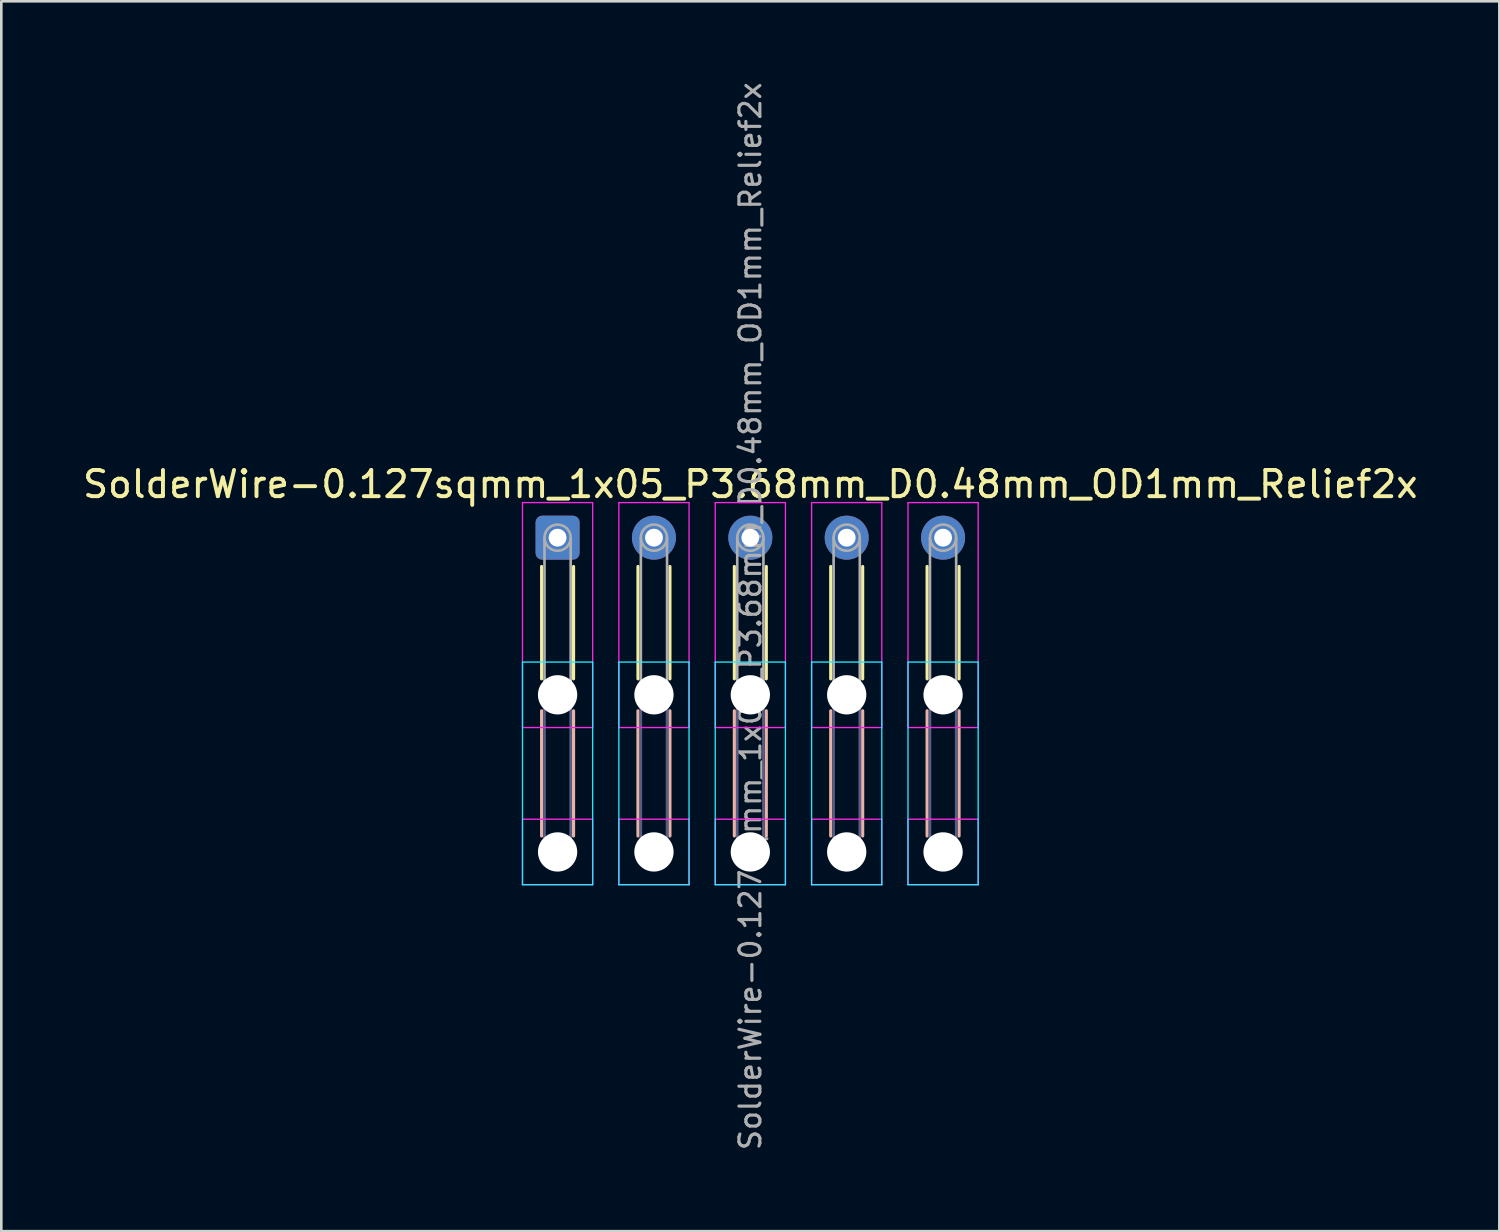
<source format=kicad_pcb>
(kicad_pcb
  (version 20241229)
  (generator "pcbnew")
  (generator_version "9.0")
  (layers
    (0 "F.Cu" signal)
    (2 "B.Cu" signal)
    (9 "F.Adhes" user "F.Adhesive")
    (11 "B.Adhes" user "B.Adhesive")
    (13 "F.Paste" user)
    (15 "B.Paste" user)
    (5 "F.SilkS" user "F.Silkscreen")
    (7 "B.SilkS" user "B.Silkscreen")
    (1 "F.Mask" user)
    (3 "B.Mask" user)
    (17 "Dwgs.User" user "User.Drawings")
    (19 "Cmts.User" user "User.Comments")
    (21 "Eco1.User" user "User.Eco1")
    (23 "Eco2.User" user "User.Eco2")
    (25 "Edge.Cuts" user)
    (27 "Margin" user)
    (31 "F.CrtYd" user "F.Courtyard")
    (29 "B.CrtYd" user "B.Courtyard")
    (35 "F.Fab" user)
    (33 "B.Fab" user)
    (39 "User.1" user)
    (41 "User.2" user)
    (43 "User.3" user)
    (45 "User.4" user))
  (footprint "SolderWire-0.127sqmm_1x05_P3.68mm_D0.48mm_OD1mm_Relief2x"
    (layer "F.Cu")
    (at 18.241 17.481)
    (property "Reference" "SolderWire-0.127sqmm_1x05_P3.68mm_D0.48mm_OD1mm_Relief2x" (at 7.36 -2.04 0) (layer "F.SilkS") (effects (font (size 1 1) (thickness 0.15))))
    (attr exclude_from_pos_files exclude_from_bom)
    (fp_line (start -0.61 1.1) (end -0.61 5.39) (stroke (width 0.12) (type solid)) (layer "F.SilkS"))
    (fp_line (start 0.61 1.1) (end 0.61 5.39) (stroke (width 0.12) (type solid)) (layer "F.SilkS"))
    (fp_line (start 3.07 1.1) (end 3.07 5.39) (stroke (width 0.12) (type solid)) (layer "F.SilkS"))
    (fp_line (start 4.29 1.1) (end 4.29 5.39) (stroke (width 0.12) (type solid)) (layer "F.SilkS"))
    (fp_line (start 6.75 1.1) (end 6.75 5.39) (stroke (width 0.12) (type solid)) (layer "F.SilkS"))
    (fp_line (start 7.97 1.1) (end 7.97 5.39) (stroke (width 0.12) (type solid)) (layer "F.SilkS"))
    (fp_line (start 10.43 1.1) (end 10.43 5.39) (stroke (width 0.12) (type solid)) (layer "F.SilkS"))
    (fp_line (start 11.65 1.1) (end 11.65 5.39) (stroke (width 0.12) (type solid)) (layer "F.SilkS"))
    (fp_line (start 14.11 1.1) (end 14.11 5.39) (stroke (width 0.12) (type solid)) (layer "F.SilkS"))
    (fp_line (start 15.33 1.1) (end 15.33 5.39) (stroke (width 0.12) (type solid)) (layer "F.SilkS"))
    (fp_line (start -0.61 6.61) (end -0.61 11.39) (stroke (width 0.12) (type solid)) (layer "B.SilkS"))
    (fp_line (start 0.61 6.61) (end 0.61 11.39) (stroke (width 0.12) (type solid)) (layer "B.SilkS"))
    (fp_line (start 3.07 6.61) (end 3.07 11.39) (stroke (width 0.12) (type solid)) (layer "B.SilkS"))
    (fp_line (start 4.29 6.61) (end 4.29 11.39) (stroke (width 0.12) (type solid)) (layer "B.SilkS"))
    (fp_line (start 6.75 6.61) (end 6.75 11.39) (stroke (width 0.12) (type solid)) (layer "B.SilkS"))
    (fp_line (start 7.97 6.61) (end 7.97 11.39) (stroke (width 0.12) (type solid)) (layer "B.SilkS"))
    (fp_line (start 10.43 6.61) (end 10.43 11.39) (stroke (width 0.12) (type solid)) (layer "B.SilkS"))
    (fp_line (start 11.65 6.61) (end 11.65 11.39) (stroke (width 0.12) (type solid)) (layer "B.SilkS"))
    (fp_line (start 14.11 6.61) (end 14.11 11.39) (stroke (width 0.12) (type solid)) (layer "B.SilkS"))
    (fp_line (start 15.33 6.61) (end 15.33 11.39) (stroke (width 0.12) (type solid)) (layer "B.SilkS"))
    (fp_line (start -1.34 4.75) (end -1.34 13.25) (stroke (width 0.05) (type solid)) (layer "B.CrtYd"))
    (fp_line (start -1.34 13.25) (end 1.34 13.25) (stroke (width 0.05) (type solid)) (layer "B.CrtYd"))
    (fp_line (start 1.34 4.75) (end -1.34 4.75) (stroke (width 0.05) (type solid)) (layer "B.CrtYd"))
    (fp_line (start 1.34 13.25) (end 1.34 4.75) (stroke (width 0.05) (type solid)) (layer "B.CrtYd"))
    (fp_line (start 2.34 4.75) (end 2.34 13.25) (stroke (width 0.05) (type solid)) (layer "B.CrtYd"))
    (fp_line (start 2.34 13.25) (end 5.02 13.25) (stroke (width 0.05) (type solid)) (layer "B.CrtYd"))
    (fp_line (start 5.02 4.75) (end 2.34 4.75) (stroke (width 0.05) (type solid)) (layer "B.CrtYd"))
    (fp_line (start 5.02 13.25) (end 5.02 4.75) (stroke (width 0.05) (type solid)) (layer "B.CrtYd"))
    (fp_line (start 6.02 4.75) (end 6.02 13.25) (stroke (width 0.05) (type solid)) (layer "B.CrtYd"))
    (fp_line (start 6.02 13.25) (end 8.7 13.25) (stroke (width 0.05) (type solid)) (layer "B.CrtYd"))
    (fp_line (start 8.7 4.75) (end 6.02 4.75) (stroke (width 0.05) (type solid)) (layer "B.CrtYd"))
    (fp_line (start 8.7 13.25) (end 8.7 4.75) (stroke (width 0.05) (type solid)) (layer "B.CrtYd"))
    (fp_line (start 9.7 4.75) (end 9.7 13.25) (stroke (width 0.05) (type solid)) (layer "B.CrtYd"))
    (fp_line (start 9.7 13.25) (end 12.38 13.25) (stroke (width 0.05) (type solid)) (layer "B.CrtYd"))
    (fp_line (start 12.38 4.75) (end 9.7 4.75) (stroke (width 0.05) (type solid)) (layer "B.CrtYd"))
    (fp_line (start 12.38 13.25) (end 12.38 4.75) (stroke (width 0.05) (type solid)) (layer "B.CrtYd"))
    (fp_line (start 13.38 4.75) (end 13.38 13.25) (stroke (width 0.05) (type solid)) (layer "B.CrtYd"))
    (fp_line (start 13.38 13.25) (end 16.06 13.25) (stroke (width 0.05) (type solid)) (layer "B.CrtYd"))
    (fp_line (start 16.06 4.75) (end 13.38 4.75) (stroke (width 0.05) (type solid)) (layer "B.CrtYd"))
    (fp_line (start 16.06 13.25) (end 16.06 4.75) (stroke (width 0.05) (type solid)) (layer "B.CrtYd"))
    (fp_line (start -1.34 -1.34) (end -1.34 7.25) (stroke (width 0.05) (type solid)) (layer "F.CrtYd"))
    (fp_line (start -1.34 7.25) (end 1.34 7.25) (stroke (width 0.05) (type solid)) (layer "F.CrtYd"))
    (fp_line (start -1.34 10.75) (end -1.34 13.25) (stroke (width 0.05) (type solid)) (layer "F.CrtYd"))
    (fp_line (start -1.34 13.25) (end 1.34 13.25) (stroke (width 0.05) (type solid)) (layer "F.CrtYd"))
    (fp_line (start 1.34 -1.34) (end -1.34 -1.34) (stroke (width 0.05) (type solid)) (layer "F.CrtYd"))
    (fp_line (start 1.34 7.25) (end 1.34 -1.34) (stroke (width 0.05) (type solid)) (layer "F.CrtYd"))
    (fp_line (start 1.34 10.75) (end -1.34 10.75) (stroke (width 0.05) (type solid)) (layer "F.CrtYd"))
    (fp_line (start 1.34 13.25) (end 1.34 10.75) (stroke (width 0.05) (type solid)) (layer "F.CrtYd"))
    (fp_line (start 2.34 -1.34) (end 2.34 7.25) (stroke (width 0.05) (type solid)) (layer "F.CrtYd"))
    (fp_line (start 2.34 7.25) (end 5.02 7.25) (stroke (width 0.05) (type solid)) (layer "F.CrtYd"))
    (fp_line (start 2.34 10.75) (end 2.34 13.25) (stroke (width 0.05) (type solid)) (layer "F.CrtYd"))
    (fp_line (start 2.34 13.25) (end 5.02 13.25) (stroke (width 0.05) (type solid)) (layer "F.CrtYd"))
    (fp_line (start 5.02 -1.34) (end 2.34 -1.34) (stroke (width 0.05) (type solid)) (layer "F.CrtYd"))
    (fp_line (start 5.02 7.25) (end 5.02 -1.34) (stroke (width 0.05) (type solid)) (layer "F.CrtYd"))
    (fp_line (start 5.02 10.75) (end 2.34 10.75) (stroke (width 0.05) (type solid)) (layer "F.CrtYd"))
    (fp_line (start 5.02 13.25) (end 5.02 10.75) (stroke (width 0.05) (type solid)) (layer "F.CrtYd"))
    (fp_line (start 6.02 -1.34) (end 6.02 7.25) (stroke (width 0.05) (type solid)) (layer "F.CrtYd"))
    (fp_line (start 6.02 7.25) (end 8.7 7.25) (stroke (width 0.05) (type solid)) (layer "F.CrtYd"))
    (fp_line (start 6.02 10.75) (end 6.02 13.25) (stroke (width 0.05) (type solid)) (layer "F.CrtYd"))
    (fp_line (start 6.02 13.25) (end 8.7 13.25) (stroke (width 0.05) (type solid)) (layer "F.CrtYd"))
    (fp_line (start 8.7 -1.34) (end 6.02 -1.34) (stroke (width 0.05) (type solid)) (layer "F.CrtYd"))
    (fp_line (start 8.7 7.25) (end 8.7 -1.34) (stroke (width 0.05) (type solid)) (layer "F.CrtYd"))
    (fp_line (start 8.7 10.75) (end 6.02 10.75) (stroke (width 0.05) (type solid)) (layer "F.CrtYd"))
    (fp_line (start 8.7 13.25) (end 8.7 10.75) (stroke (width 0.05) (type solid)) (layer "F.CrtYd"))
    (fp_line (start 9.7 -1.34) (end 9.7 7.25) (stroke (width 0.05) (type solid)) (layer "F.CrtYd"))
    (fp_line (start 9.7 7.25) (end 12.38 7.25) (stroke (width 0.05) (type solid)) (layer "F.CrtYd"))
    (fp_line (start 9.7 10.75) (end 9.7 13.25) (stroke (width 0.05) (type solid)) (layer "F.CrtYd"))
    (fp_line (start 9.7 13.25) (end 12.38 13.25) (stroke (width 0.05) (type solid)) (layer "F.CrtYd"))
    (fp_line (start 12.38 -1.34) (end 9.7 -1.34) (stroke (width 0.05) (type solid)) (layer "F.CrtYd"))
    (fp_line (start 12.38 7.25) (end 12.38 -1.34) (stroke (width 0.05) (type solid)) (layer "F.CrtYd"))
    (fp_line (start 12.38 10.75) (end 9.7 10.75) (stroke (width 0.05) (type solid)) (layer "F.CrtYd"))
    (fp_line (start 12.38 13.25) (end 12.38 10.75) (stroke (width 0.05) (type solid)) (layer "F.CrtYd"))
    (fp_line (start 13.38 -1.34) (end 13.38 7.25) (stroke (width 0.05) (type solid)) (layer "F.CrtYd"))
    (fp_line (start 13.38 7.25) (end 16.06 7.25) (stroke (width 0.05) (type solid)) (layer "F.CrtYd"))
    (fp_line (start 13.38 10.75) (end 13.38 13.25) (stroke (width 0.05) (type solid)) (layer "F.CrtYd"))
    (fp_line (start 13.38 13.25) (end 16.06 13.25) (stroke (width 0.05) (type solid)) (layer "F.CrtYd"))
    (fp_line (start 16.06 -1.34) (end 13.38 -1.34) (stroke (width 0.05) (type solid)) (layer "F.CrtYd"))
    (fp_line (start 16.06 7.25) (end 16.06 -1.34) (stroke (width 0.05) (type solid)) (layer "F.CrtYd"))
    (fp_line (start 16.06 10.75) (end 13.38 10.75) (stroke (width 0.05) (type solid)) (layer "F.CrtYd"))
    (fp_line (start 16.06 13.25) (end 16.06 10.75) (stroke (width 0.05) (type solid)) (layer "F.CrtYd"))
    (fp_line (start -0.5 6) (end -0.5 12) (stroke (width 0.1) (type solid)) (layer "B.Fab"))
    (fp_line (start 0.5 6) (end 0.5 12) (stroke (width 0.1) (type solid)) (layer "B.Fab"))
    (fp_line (start 3.18 6) (end 3.18 12) (stroke (width 0.1) (type solid)) (layer "B.Fab"))
    (fp_line (start 4.18 6) (end 4.18 12) (stroke (width 0.1) (type solid)) (layer "B.Fab"))
    (fp_line (start 6.86 6) (end 6.86 12) (stroke (width 0.1) (type solid)) (layer "B.Fab"))
    (fp_line (start 7.86 6) (end 7.86 12) (stroke (width 0.1) (type solid)) (layer "B.Fab"))
    (fp_line (start 10.54 6) (end 10.54 12) (stroke (width 0.1) (type solid)) (layer "B.Fab"))
    (fp_line (start 11.54 6) (end 11.54 12) (stroke (width 0.1) (type solid)) (layer "B.Fab"))
    (fp_line (start 14.22 6) (end 14.22 12) (stroke (width 0.1) (type solid)) (layer "B.Fab"))
    (fp_line (start 15.22 6) (end 15.22 12) (stroke (width 0.1) (type solid)) (layer "B.Fab"))
    (fp_circle (center 0 6) (end 0.5 6) (stroke (width 0.1) (type solid)) (fill no) (layer "B.Fab"))
    (fp_circle (center 0 12) (end 0.5 12) (stroke (width 0.1) (type solid)) (fill no) (layer "B.Fab"))
    (fp_circle (center 3.68 6) (end 4.18 6) (stroke (width 0.1) (type solid)) (fill no) (layer "B.Fab"))
    (fp_circle (center 3.68 12) (end 4.18 12) (stroke (width 0.1) (type solid)) (fill no) (layer "B.Fab"))
    (fp_circle (center 7.36 6) (end 7.86 6) (stroke (width 0.1) (type solid)) (fill no) (layer "B.Fab"))
    (fp_circle (center 7.36 12) (end 7.86 12) (stroke (width 0.1) (type solid)) (fill no) (layer "B.Fab"))
    (fp_circle (center 11.04 6) (end 11.54 6) (stroke (width 0.1) (type solid)) (fill no) (layer "B.Fab"))
    (fp_circle (center 11.04 12) (end 11.54 12) (stroke (width 0.1) (type solid)) (fill no) (layer "B.Fab"))
    (fp_circle (center 14.72 6) (end 15.22 6) (stroke (width 0.1) (type solid)) (fill no) (layer "B.Fab"))
    (fp_circle (center 14.72 12) (end 15.22 12) (stroke (width 0.1) (type solid)) (fill no) (layer "B.Fab"))
    (fp_line (start -0.5 0) (end -0.5 6) (stroke (width 0.1) (type solid)) (layer "F.Fab"))
    (fp_line (start 0.5 0) (end 0.5 6) (stroke (width 0.1) (type solid)) (layer "F.Fab"))
    (fp_line (start 3.18 0) (end 3.18 6) (stroke (width 0.1) (type solid)) (layer "F.Fab"))
    (fp_line (start 4.18 0) (end 4.18 6) (stroke (width 0.1) (type solid)) (layer "F.Fab"))
    (fp_line (start 6.86 0) (end 6.86 6) (stroke (width 0.1) (type solid)) (layer "F.Fab"))
    (fp_line (start 7.86 0) (end 7.86 6) (stroke (width 0.1) (type solid)) (layer "F.Fab"))
    (fp_line (start 10.54 0) (end 10.54 6) (stroke (width 0.1) (type solid)) (layer "F.Fab"))
    (fp_line (start 11.54 0) (end 11.54 6) (stroke (width 0.1) (type solid)) (layer "F.Fab"))
    (fp_line (start 14.22 0) (end 14.22 6) (stroke (width 0.1) (type solid)) (layer "F.Fab"))
    (fp_line (start 15.22 0) (end 15.22 6) (stroke (width 0.1) (type solid)) (layer "F.Fab"))
    (fp_circle (center 0 0) (end 0.5 0) (stroke (width 0.1) (type solid)) (fill no) (layer "F.Fab"))
    (fp_circle (center 0 6) (end 0.5 6) (stroke (width 0.1) (type solid)) (fill no) (layer "F.Fab"))
    (fp_circle (center 0 12) (end 0.5 12) (stroke (width 0.1) (type solid)) (fill no) (layer "F.Fab"))
    (fp_circle (center 3.68 0) (end 4.18 0) (stroke (width 0.1) (type solid)) (fill no) (layer "F.Fab"))
    (fp_circle (center 3.68 6) (end 4.18 6) (stroke (width 0.1) (type solid)) (fill no) (layer "F.Fab"))
    (fp_circle (center 3.68 12) (end 4.18 12) (stroke (width 0.1) (type solid)) (fill no) (layer "F.Fab"))
    (fp_circle (center 7.36 0) (end 7.86 0) (stroke (width 0.1) (type solid)) (fill no) (layer "F.Fab"))
    (fp_circle (center 7.36 6) (end 7.86 6) (stroke (width 0.1) (type solid)) (fill no) (layer "F.Fab"))
    (fp_circle (center 7.36 12) (end 7.86 12) (stroke (width 0.1) (type solid)) (fill no) (layer "F.Fab"))
    (fp_circle (center 11.04 0) (end 11.54 0) (stroke (width 0.1) (type solid)) (fill no) (layer "F.Fab"))
    (fp_circle (center 11.04 6) (end 11.54 6) (stroke (width 0.1) (type solid)) (fill no) (layer "F.Fab"))
    (fp_circle (center 11.04 12) (end 11.54 12) (stroke (width 0.1) (type solid)) (fill no) (layer "F.Fab"))
    (fp_circle (center 14.72 0) (end 15.22 0) (stroke (width 0.1) (type solid)) (fill no) (layer "F.Fab"))
    (fp_circle (center 14.72 6) (end 15.22 6) (stroke (width 0.1) (type solid)) (fill no) (layer "F.Fab"))
    (fp_circle (center 14.72 12) (end 15.22 12) (stroke (width 0.1) (type solid)) (fill no) (layer "F.Fab"))
    (fp_text user "${REFERENCE}" (at 7.36 3 90) (layer "F.Fab") (effects (font (size 0.8 0.8) (thickness 0.12))))
    (pad "" np_thru_hole circle (at 0 6) (size 1.5 1.5) (drill 1.5) (layers "*.Cu" "*.Mask"))
    (pad "" np_thru_hole circle (at 0 12) (size 1.5 1.5) (drill 1.5) (layers "*.Cu" "*.Mask"))
    (pad "" np_thru_hole circle (at 3.68 6) (size 1.5 1.5) (drill 1.5) (layers "*.Cu" "*.Mask"))
    (pad "" np_thru_hole circle (at 3.68 12) (size 1.5 1.5) (drill 1.5) (layers "*.Cu" "*.Mask"))
    (pad "" np_thru_hole circle (at 7.36 6) (size 1.5 1.5) (drill 1.5) (layers "*.Cu" "*.Mask"))
    (pad "" np_thru_hole circle (at 7.36 12) (size 1.5 1.5) (drill 1.5) (layers "*.Cu" "*.Mask"))
    (pad "" np_thru_hole circle (at 11.04 6) (size 1.5 1.5) (drill 1.5) (layers "*.Cu" "*.Mask"))
    (pad "" np_thru_hole circle (at 11.04 12) (size 1.5 1.5) (drill 1.5) (layers "*.Cu" "*.Mask"))
    (pad "" np_thru_hole circle (at 14.72 6) (size 1.5 1.5) (drill 1.5) (layers "*.Cu" "*.Mask"))
    (pad "" np_thru_hole circle (at 14.72 12) (size 1.5 1.5) (drill 1.5) (layers "*.Cu" "*.Mask"))
    (pad "1" thru_hole roundrect (at 0 0) (size 1.68 1.68) (drill 0.68) (layers "*.Cu" "*.Mask") (roundrect_rratio 0.149))
    (pad "2" thru_hole circle (at 3.68 0) (size 1.68 1.68) (drill 0.68) (layers "*.Cu" "*.Mask"))
    (pad "3" thru_hole circle (at 7.36 0) (size 1.68 1.68) (drill 0.68) (layers "*.Cu" "*.Mask"))
    (pad "4" thru_hole circle (at 11.04 0) (size 1.68 1.68) (drill 0.68) (layers "*.Cu" "*.Mask"))
    (pad "5" thru_hole circle (at 14.72 0) (size 1.68 1.68) (drill 0.68) (layers "*.Cu" "*.Mask")))
  (gr_rect
    (start -3 -3)
    (end 54.202 43.962)
    (stroke (width 0.1) (type default))
    (fill no)
    (layer "Edge.Cuts")))
</source>
